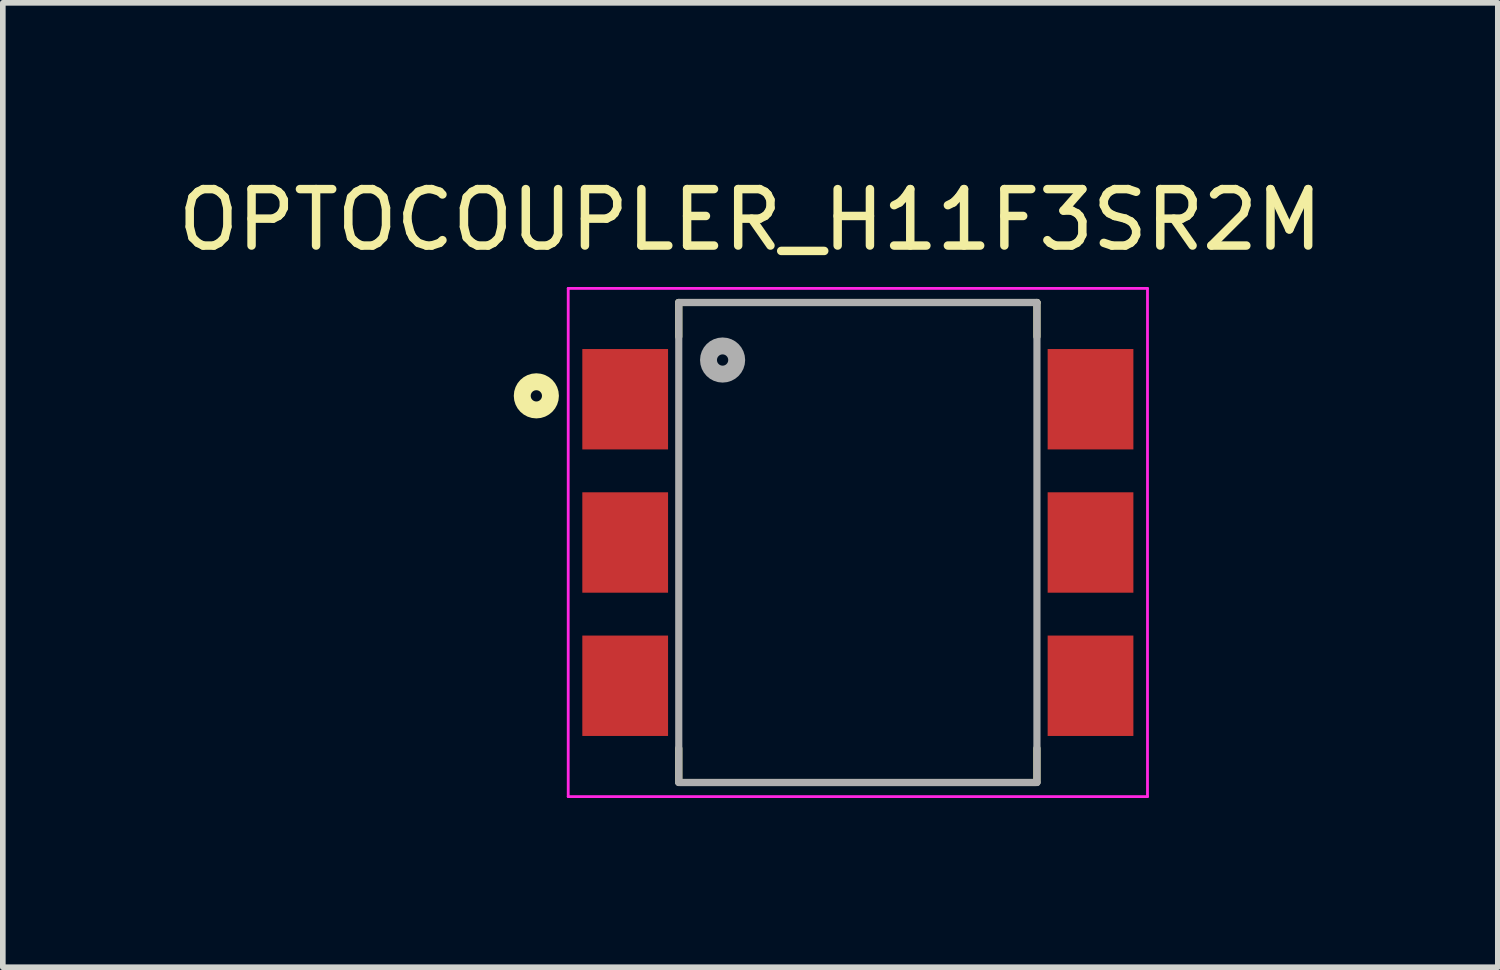
<source format=kicad_pcb>
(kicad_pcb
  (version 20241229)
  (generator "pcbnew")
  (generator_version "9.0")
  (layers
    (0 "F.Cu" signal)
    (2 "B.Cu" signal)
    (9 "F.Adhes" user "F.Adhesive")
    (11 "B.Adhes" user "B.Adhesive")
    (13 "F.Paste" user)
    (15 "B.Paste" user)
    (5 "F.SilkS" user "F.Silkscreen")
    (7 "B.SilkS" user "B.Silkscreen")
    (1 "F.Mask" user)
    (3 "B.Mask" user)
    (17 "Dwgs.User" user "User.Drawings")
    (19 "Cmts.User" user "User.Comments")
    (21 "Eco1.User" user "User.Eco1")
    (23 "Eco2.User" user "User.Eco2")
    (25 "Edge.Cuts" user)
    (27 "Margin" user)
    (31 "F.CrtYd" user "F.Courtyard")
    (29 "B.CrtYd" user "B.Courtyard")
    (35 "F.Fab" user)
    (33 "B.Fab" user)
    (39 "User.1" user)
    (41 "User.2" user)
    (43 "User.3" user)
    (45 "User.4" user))
  (footprint "OPTOCOUPLER_H11F3SR2M"
    (layer "F.Cu")
    (at 12.159 6.568)
    (property "Reference" "OPTOCOUPLER_H11F3SR2M" (at -1.907 -5.72 0) (layer "F.SilkS") (effects (font (size 1.001 1.001) (thickness 0.15))))
    (attr smd)
    (fp_line (start -3.175 -4.255) (end -3.175 -3.65) (stroke (width 0.127) (type solid)) (layer "F.SilkS"))
    (fp_line (start -3.175 4.25) (end -3.175 3.65) (stroke (width 0.127) (type solid)) (layer "F.SilkS"))
    (fp_line (start -3.15 4.255) (end 3.15 4.255) (stroke (width 0.127) (type solid)) (layer "F.SilkS"))
    (fp_line (start 3.175 -4.255) (end -3.175 -4.255) (stroke (width 0.127) (type solid)) (layer "F.SilkS"))
    (fp_line (start 3.175 -3.65) (end 3.175 -4.255) (stroke (width 0.127) (type solid)) (layer "F.SilkS"))
    (fp_line (start 3.175 4.25) (end 3.175 3.65) (stroke (width 0.127) (type solid)) (layer "F.SilkS"))
    (fp_circle (center -5.7 -2.6) (end -5.6 -2.6) (stroke (width 0.3) (type solid)) (fill no) (layer "F.SilkS"))
    (fp_line (start -5.135 -4.505) (end 5.135 -4.505) (stroke (width 0.05) (type solid)) (layer "F.CrtYd"))
    (fp_line (start -5.135 4.505) (end -5.135 -4.505) (stroke (width 0.05) (type solid)) (layer "F.CrtYd"))
    (fp_line (start 5.135 -4.505) (end 5.135 4.505) (stroke (width 0.05) (type solid)) (layer "F.CrtYd"))
    (fp_line (start 5.135 4.505) (end -5.135 4.505) (stroke (width 0.05) (type solid)) (layer "F.CrtYd"))
    (fp_line (start -3.175 -4.255) (end 3.175 -4.255) (stroke (width 0.127) (type solid)) (layer "F.Fab"))
    (fp_line (start -3.175 4.255) (end -3.175 -4.255) (stroke (width 0.127) (type solid)) (layer "F.Fab"))
    (fp_line (start 3.175 -4.255) (end 3.175 4.255) (stroke (width 0.127) (type solid)) (layer "F.Fab"))
    (fp_line (start 3.175 4.255) (end -3.175 4.255) (stroke (width 0.127) (type solid)) (layer "F.Fab"))
    (fp_circle (center -2.398 -3.235) (end -2.298 -3.235) (stroke (width 0.3) (type solid)) (fill no) (layer "F.Fab"))
    (pad "1" smd rect (at -4.125 -2.54) (size 1.52 1.78) (layers "F.Cu" "F.Mask" "F.Paste"))
    (pad "2" smd rect (at -4.125 0) (size 1.52 1.78) (layers "F.Cu" "F.Mask" "F.Paste"))
    (pad "3" smd rect (at -4.125 2.54) (size 1.52 1.78) (layers "F.Cu" "F.Mask" "F.Paste"))
    (pad "4" smd rect (at 4.125 2.54) (size 1.52 1.78) (layers "F.Cu" "F.Mask" "F.Paste"))
    (pad "5" smd rect (at 4.125 0) (size 1.52 1.78) (layers "F.Cu" "F.Mask" "F.Paste"))
    (pad "6" smd rect (at 4.125 -2.54) (size 1.52 1.78) (layers "F.Cu" "F.Mask" "F.Paste")))
  (gr_rect
    (start -3 -3)
    (end 23.505 14.098)
    (stroke (width 0.1) (type default))
    (fill no)
    (layer "Edge.Cuts")))
</source>
